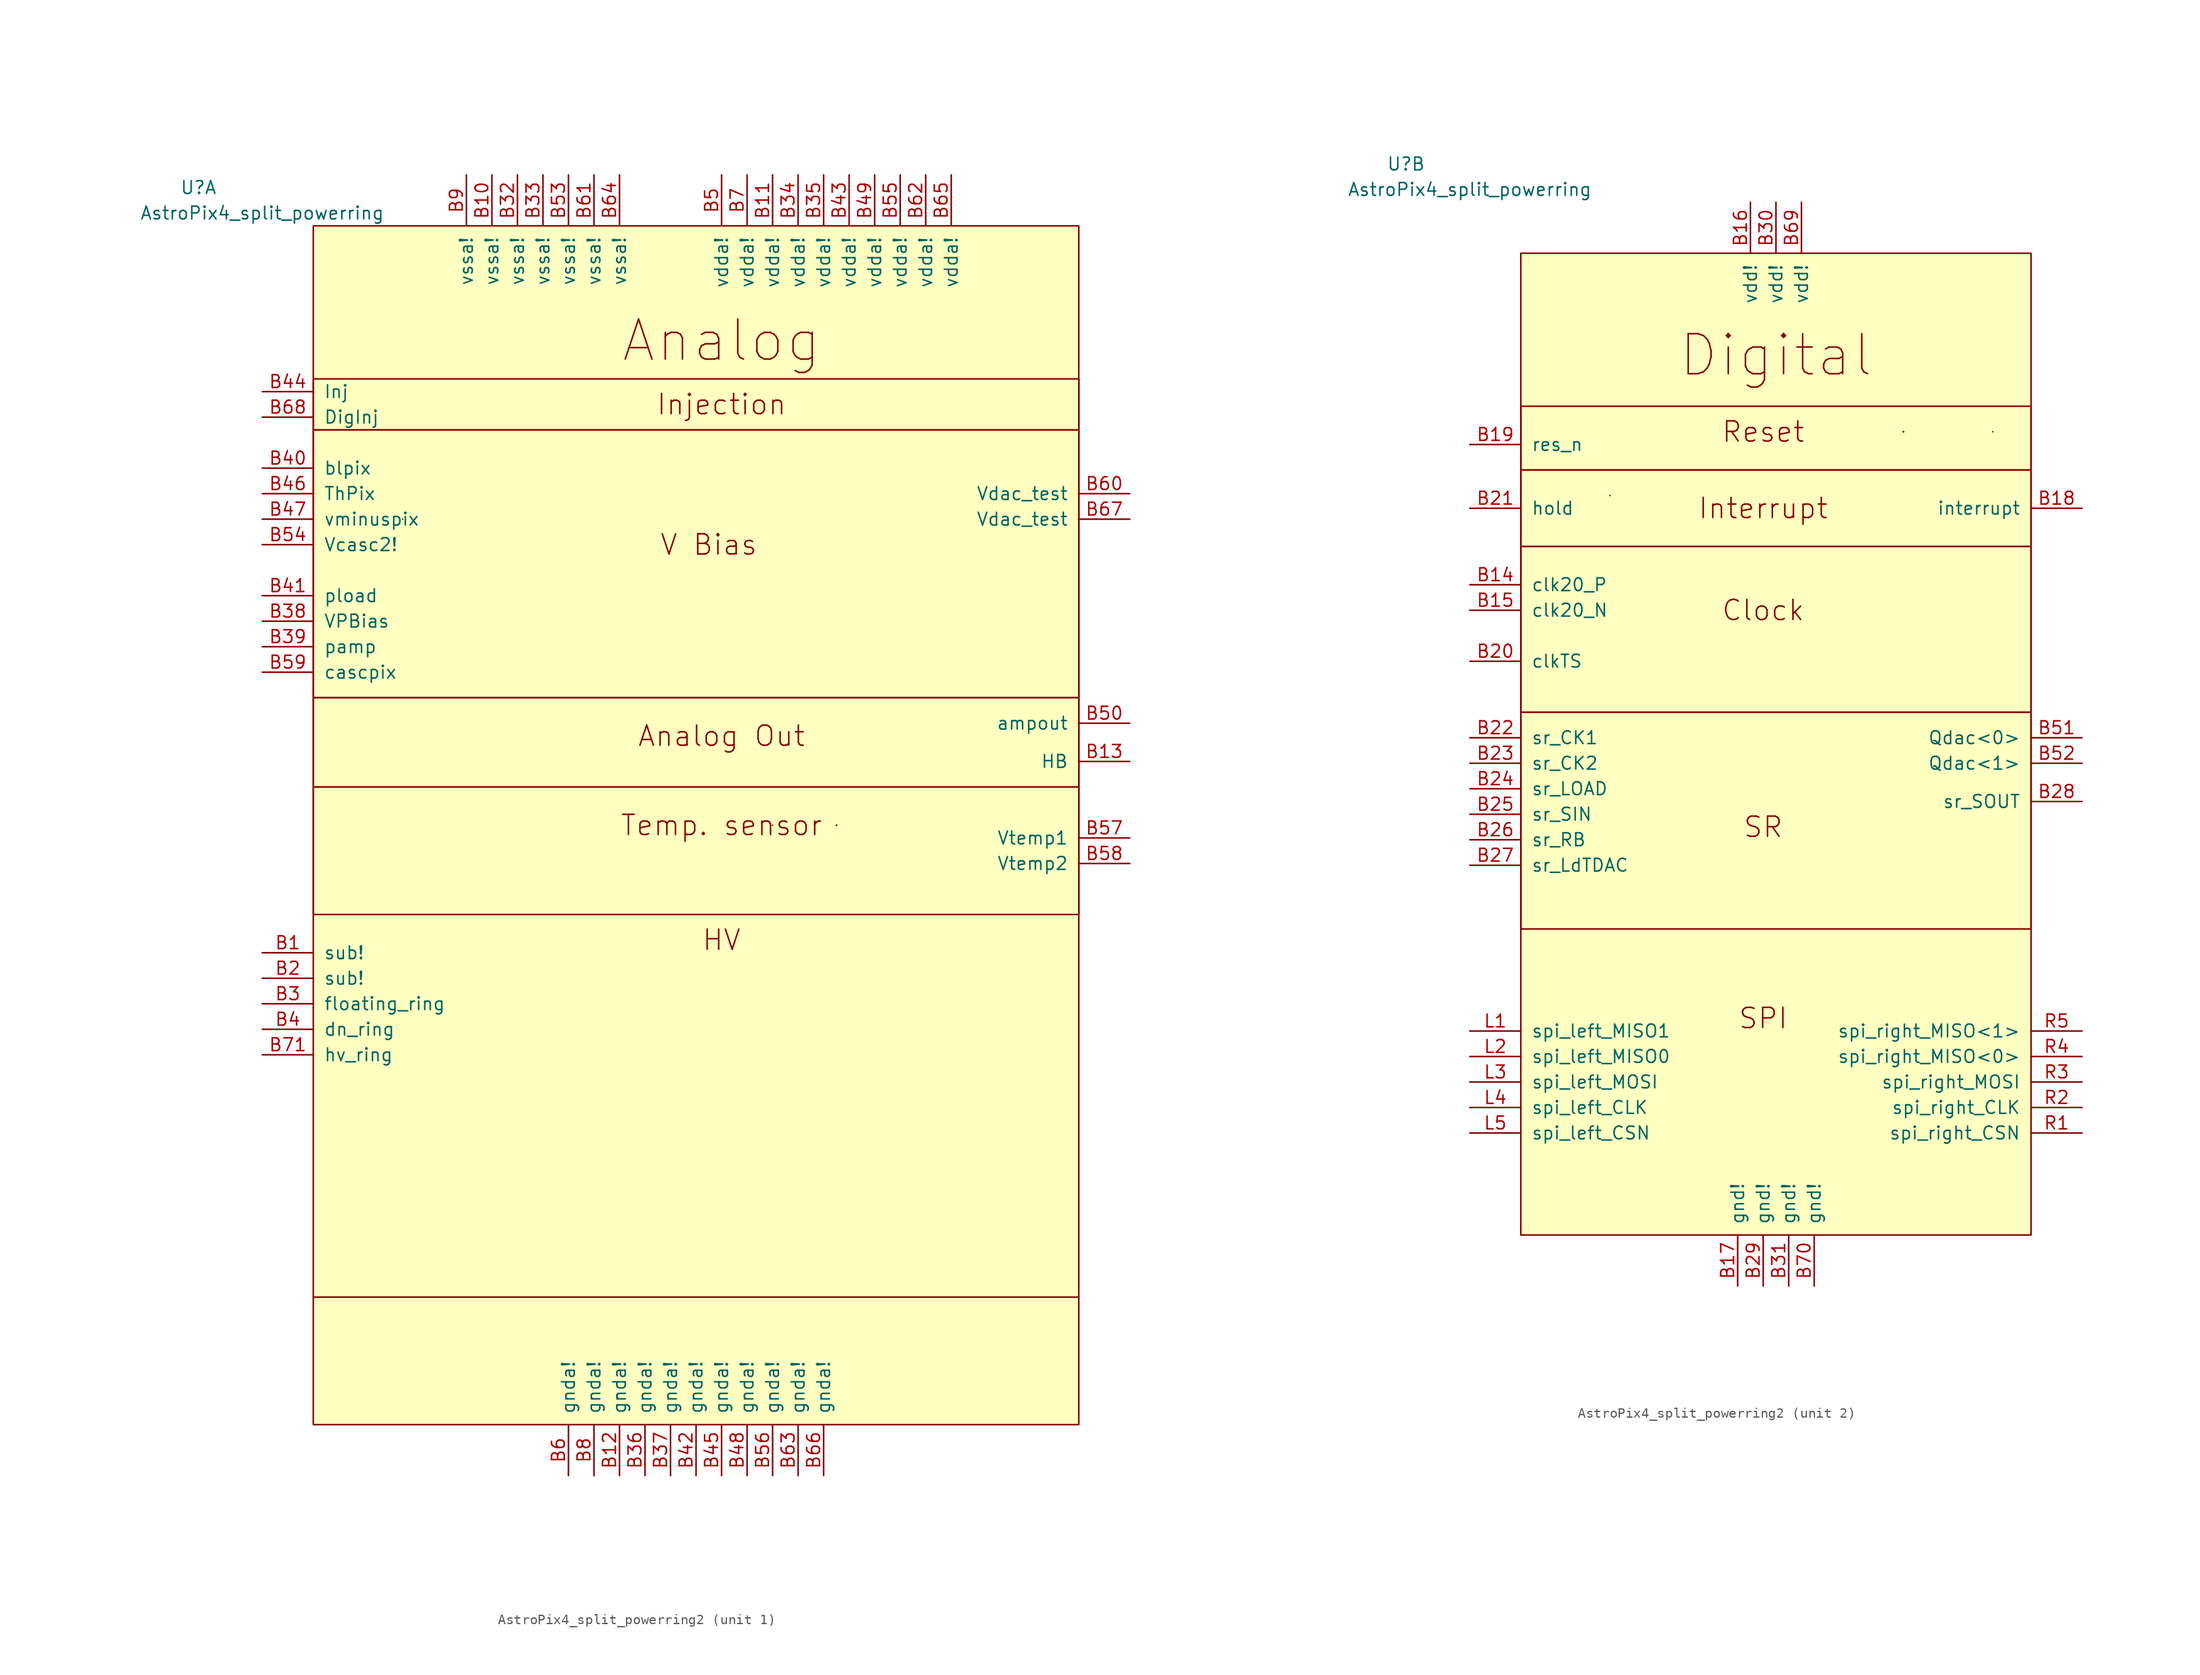
<source format=kicad_sym>
(kicad_symbol_lib
  (version 20220914)
  (generator kicad_symbol_editor)
  (symbol "AstroPix4_split_powerring2"
    (pin_names
      (offset 1.016))
    (property "Reference" "U"
      (at -36.83 40.64 0)
      (effects (font (size 1.27 1.27))))
    (property "Value" "AstroPix4_split_powerring"
      (at -30.48 38.1 0)
      (effects (font (size 1.27 1.27))))
    (property "ki_locked" ""
      (at 0 0 0)
      (effects (font (size 1.27 1.27))))
    (symbol "AstroPix4_split_powerring2_0_1"
      (polyline (pts (xy -16.51 7.62) (xy -16.51 7.62)) (stroke (width 0) (type default)) (fill (type none))))
    (symbol "AstroPix4_split_powerring2_1_0"
      (pin bidirectional line (at -30.48 -35.56 0) (length 5.08) (name "sub!" (effects (font (size 1.27 1.27)))) (number "B1" (effects (font (size 1.27 1.27)))))
      (pin power_in line (at -7.62 41.91 270) (length 5.08) (name "vssa!" (effects (font (size 1.27 1.27)))) (number "B10" (effects (font (size 1.27 1.27)))))
      (pin power_in line (at 20.32 41.91 270) (length 5.08) (name "vdda!" (effects (font (size 1.27 1.27)))) (number "B11" (effects (font (size 1.27 1.27)))))
      (pin power_in line (at 5.08 -87.63 90) (length 5.08) (name "gnda!" (effects (font (size 1.27 1.27)))) (number "B12" (effects (font (size 1.27 1.27)))))
      (pin open_emitter line (at 55.88 -16.51 180) (length 5.08) (name "HB" (effects (font (size 1.27 1.27)))) (number "B13" (effects (font (size 1.27 1.27)))))
      (pin bidirectional line (at -30.48 -38.1 0) (length 5.08) (name "sub!" (effects (font (size 1.27 1.27)))) (number "B2" (effects (font (size 1.27 1.27)))))
      (pin bidirectional line (at -30.48 -40.64 0) (length 5.08) (name "floating_ring" (effects (font (size 1.27 1.27)))) (number "B3" (effects (font (size 1.27 1.27)))))
      (pin power_in line (at -5.08 41.91 270) (length 5.08) (name "vssa!" (effects (font (size 1.27 1.27)))) (number "B32" (effects (font (size 1.27 1.27)))))
      (pin power_in line (at -2.54 41.91 270) (length 5.08) (name "vssa!" (effects (font (size 1.27 1.27)))) (number "B33" (effects (font (size 1.27 1.27)))))
      (pin power_in line (at 22.86 41.91 270) (length 5.08) (name "vdda!" (effects (font (size 1.27 1.27)))) (number "B34" (effects (font (size 1.27 1.27)))))
      (pin power_in line (at 25.4 41.91 270) (length 5.08) (name "vdda!" (effects (font (size 1.27 1.27)))) (number "B35" (effects (font (size 1.27 1.27)))))
      (pin power_in line (at 7.62 -87.63 90) (length 5.08) (name "gnda!" (effects (font (size 1.27 1.27)))) (number "B36" (effects (font (size 1.27 1.27)))))
      (pin power_in line (at 10.16 -87.63 90) (length 5.08) (name "gnda!" (effects (font (size 1.27 1.27)))) (number "B37" (effects (font (size 1.27 1.27)))))
      (pin bidirectional line (at -30.48 -2.54 0) (length 5.08) (name "VPBias" (effects (font (size 1.27 1.27)))) (number "B38" (effects (font (size 1.27 1.27)))))
      (pin bidirectional line (at -30.48 -5.08 0) (length 5.08) (name "pamp" (effects (font (size 1.27 1.27)))) (number "B39" (effects (font (size 1.27 1.27)))))
      (pin bidirectional line (at -30.48 -43.18 0) (length 5.08) (name "dn_ring" (effects (font (size 1.27 1.27)))) (number "B4" (effects (font (size 1.27 1.27)))))
      (pin bidirectional line (at -30.48 12.7 0) (length 5.08) (name "blpix" (effects (font (size 1.27 1.27)))) (number "B40" (effects (font (size 1.27 1.27)))))
      (pin bidirectional line (at -30.48 0 0) (length 5.08) (name "pload" (effects (font (size 1.27 1.27)))) (number "B41" (effects (font (size 1.27 1.27)))))
      (pin power_in line (at 12.7 -87.63 90) (length 5.08) (name "gnda!" (effects (font (size 1.27 1.27)))) (number "B42" (effects (font (size 1.27 1.27)))))
      (pin power_in line (at 27.94 41.91 270) (length 5.08) (name "vdda!" (effects (font (size 1.27 1.27)))) (number "B43" (effects (font (size 1.27 1.27)))))
      (pin bidirectional line (at -30.48 20.32 0) (length 5.08) (name "Inj" (effects (font (size 1.27 1.27)))) (number "B44" (effects (font (size 1.27 1.27)))))
      (pin power_in line (at 15.24 -87.63 90) (length 5.08) (name "gnda!" (effects (font (size 1.27 1.27)))) (number "B45" (effects (font (size 1.27 1.27)))))
      (pin bidirectional line (at -30.48 10.16 0) (length 5.08) (name "ThPix" (effects (font (size 1.27 1.27)))) (number "B46" (effects (font (size 1.27 1.27)))))
      (pin bidirectional line (at -30.48 7.62 0) (length 5.08) (name "vminuspix" (effects (font (size 1.27 1.27)))) (number "B47" (effects (font (size 1.27 1.27)))))
      (pin power_in line (at 17.78 -87.63 90) (length 5.08) (name "gnda!" (effects (font (size 1.27 1.27)))) (number "B48" (effects (font (size 1.27 1.27)))))
      (pin power_in line (at 30.48 41.91 270) (length 5.08) (name "vdda!" (effects (font (size 1.27 1.27)))) (number "B49" (effects (font (size 1.27 1.27)))))
      (pin power_in line (at 15.24 41.91 270) (length 5.08) (name "vdda!" (effects (font (size 1.27 1.27)))) (number "B5" (effects (font (size 1.27 1.27)))))
      (pin open_emitter line (at 55.88 -12.7 180) (length 5.08) (name "ampout" (effects (font (size 1.27 1.27)))) (number "B50" (effects (font (size 1.27 1.27)))))
      (pin power_in line (at 0 41.91 270) (length 5.08) (name "vssa!" (effects (font (size 1.27 1.27)))) (number "B53" (effects (font (size 1.27 1.27)))))
      (pin bidirectional line (at -30.48 5.08 0) (length 5.08) (name "Vcasc2!" (effects (font (size 1.27 1.27)))) (number "B54" (effects (font (size 1.27 1.27)))))
      (pin power_in line (at 33.02 41.91 270) (length 5.08) (name "vdda!" (effects (font (size 1.27 1.27)))) (number "B55" (effects (font (size 1.27 1.27)))))
      (pin power_in line (at 20.32 -87.63 90) (length 5.08) (name "gnda!" (effects (font (size 1.27 1.27)))) (number "B56" (effects (font (size 1.27 1.27)))))
      (pin output line (at 55.88 -24.13 180) (length 5.08) (name "Vtemp1" (effects (font (size 1.27 1.27)))) (number "B57" (effects (font (size 1.27 1.27)))))
      (pin output line (at 55.88 -26.67 180) (length 5.08) (name "Vtemp2" (effects (font (size 1.27 1.27)))) (number "B58" (effects (font (size 1.27 1.27)))))
      (pin bidirectional line (at -30.48 -7.62 0) (length 5.08) (name "cascpix" (effects (font (size 1.27 1.27)))) (number "B59" (effects (font (size 1.27 1.27)))))
      (pin power_in line (at 0 -87.63 90) (length 5.08) (name "gnda!" (effects (font (size 1.27 1.27)))) (number "B6" (effects (font (size 1.27 1.27)))))
      (pin output line (at 55.88 10.16 180) (length 5.08) (name "Vdac_test" (effects (font (size 1.27 1.27)))) (number "B60" (effects (font (size 1.27 1.27)))))
      (pin power_in line (at 2.54 41.91 270) (length 5.08) (name "vssa!" (effects (font (size 1.27 1.27)))) (number "B61" (effects (font (size 1.27 1.27)))))
      (pin power_in line (at 35.56 41.91 270) (length 5.08) (name "vdda!" (effects (font (size 1.27 1.27)))) (number "B62" (effects (font (size 1.27 1.27)))))
      (pin power_in line (at 22.86 -87.63 90) (length 5.08) (name "gnda!" (effects (font (size 1.27 1.27)))) (number "B63" (effects (font (size 1.27 1.27)))))
      (pin power_in line (at 5.08 41.91 270) (length 5.08) (name "vssa!" (effects (font (size 1.27 1.27)))) (number "B64" (effects (font (size 1.27 1.27)))))
      (pin power_in line (at 38.1 41.91 270) (length 5.08) (name "vdda!" (effects (font (size 1.27 1.27)))) (number "B65" (effects (font (size 1.27 1.27)))))
      (pin power_in line (at 25.4 -87.63 90) (length 5.08) (name "gnda!" (effects (font (size 1.27 1.27)))) (number "B66" (effects (font (size 1.27 1.27)))))
      (pin output line (at 55.88 7.62 180) (length 5.08) (name "Vdac_test" (effects (font (size 1.27 1.27)))) (number "B67" (effects (font (size 1.27 1.27)))))
      (pin input line (at -30.48 17.78 0) (length 5.08) (name "DigInj" (effects (font (size 1.27 1.27)))) (number "B68" (effects (font (size 1.27 1.27)))))
      (pin power_in line (at 17.78 41.91 270) (length 5.08) (name "vdda!" (effects (font (size 1.27 1.27)))) (number "B7" (effects (font (size 1.27 1.27)))))
      (pin power_in line (at -30.48 -45.72 0) (length 5.08) (name "hv_ring" (effects (font (size 1.27 1.27)))) (number "B71" (effects (font (size 1.27 1.27)))))
      (pin power_in line (at 2.54 -87.63 90) (length 5.08) (name "gnda!" (effects (font (size 1.27 1.27)))) (number "B8" (effects (font (size 1.27 1.27)))))
      (pin power_in line (at -10.16 41.91 270) (length 5.08) (name "vssa!" (effects (font (size 1.27 1.27)))) (number "B9" (effects (font (size 1.27 1.27))))))
    (symbol "AstroPix4_split_powerring2_1_1"
      (rectangle (start -25.4 -19.05) (end 50.8 -31.75) (stroke (width 0) (type default)) (fill (type none)))
      (rectangle (start -25.4 -10.16) (end 50.8 -19.05) (stroke (width 0) (type default)) (fill (type none)))
      (rectangle (start -25.4 16.51) (end 50.8 -10.16) (stroke (width 0) (type default)) (fill (type none)))
      (rectangle (start -25.4 21.59) (end 50.8 16.51) (stroke (width 0) (type default)) (fill (type none)))
      (rectangle (start -25.4 36.83) (end 50.8 -82.55) (stroke (width 0) (type default)) (fill (type background)))
      (polyline (pts (xy -25.4 -69.85) (xy 50.8 -69.85)) (stroke (width 0) (type default)) (fill (type none)))
      (polyline (pts (xy 20.32 -22.86) (xy 20.32 -22.86)) (stroke (width 0) (type default)) (fill (type none)))
      (polyline (pts (xy 26.67 -22.86) (xy 26.67 -22.86)) (stroke (width 0) (type default)) (fill (type none)))
      (polyline (pts (xy 26.67 -22.86) (xy 26.67 -22.86)) (stroke (width 0) (type default)) (fill (type none)))
      (polyline (pts (xy 26.67 -22.86) (xy 26.67 -22.86)) (stroke (width 0) (type default)) (fill (type none)))
      (polyline (pts (xy 26.67 -22.86) (xy 26.67 -22.86)) (stroke (width 0) (type default)) (fill (type none)))
      (polyline (pts (xy 26.67 -22.86) (xy 26.67 -22.86)) (stroke (width 0) (type default)) (fill (type none)))
      (text "Analog" (at 15.24 25.4 0) (effects (font (size 3.988 3.988))))
      (text "Analog Out" (at 15.24 -13.97 0) (effects (font (size 2.007 2.007))))
      (text "HV" (at 15.24 -34.29 0) (effects (font (size 2.007 2.007))))
      (text "Injection" (at 15.24 19.05 0) (effects (font (size 2.007 2.007))))
      (text "Temp. sensor" (at 15.24 -22.86 0) (effects (font (size 2.007 2.007))))
      (text "V Bias" (at 13.97 5.08 0) (effects (font (size 2.007 2.007)))))
    (symbol "AstroPix4_split_powerring2_2_0"
      (pin input line (at -30.48 -1.27 0) (length 5.08) (name "clk20_P" (effects (font (size 1.27 1.27)))) (number "B14" (effects (font (size 1.27 1.27)))))
      (pin input line (at -30.48 -3.81 0) (length 5.08) (name "clk20_N" (effects (font (size 1.27 1.27)))) (number "B15" (effects (font (size 1.27 1.27)))))
      (pin power_in line (at -2.54 36.83 270) (length 5.08) (name "vdd!" (effects (font (size 1.27 1.27)))) (number "B16" (effects (font (size 1.27 1.27)))))
      (pin power_in line (at -3.81 -71.12 90) (length 5.08) (name "gnd!" (effects (font (size 1.27 1.27)))) (number "B17" (effects (font (size 1.27 1.27)))))
      (pin tri_state line (at 30.48 6.35 180) (length 5.08) (name "interrupt" (effects (font (size 1.27 1.27)))) (number "B18" (effects (font (size 1.27 1.27)))))
      (pin input line (at -30.48 12.7 0) (length 5.08) (name "res_n" (effects (font (size 1.27 1.27)))) (number "B19" (effects (font (size 1.27 1.27)))))
      (pin input line (at -30.48 -8.89 0) (length 5.08) (name "clkTS" (effects (font (size 1.27 1.27)))) (number "B20" (effects (font (size 1.27 1.27)))))
      (pin input line (at -30.48 6.35 0) (length 5.08) (name "hold" (effects (font (size 1.27 1.27)))) (number "B21" (effects (font (size 1.27 1.27)))))
      (pin input line (at -30.48 -16.51 0) (length 5.08) (name "sr_CK1" (effects (font (size 1.27 1.27)))) (number "B22" (effects (font (size 1.27 1.27)))))
      (pin input line (at -30.48 -19.05 0) (length 5.08) (name "sr_CK2" (effects (font (size 1.27 1.27)))) (number "B23" (effects (font (size 1.27 1.27)))))
      (pin input line (at -30.48 -21.59 0) (length 5.08) (name "sr_LOAD" (effects (font (size 1.27 1.27)))) (number "B24" (effects (font (size 1.27 1.27)))))
      (pin input line (at -30.48 -24.13 0) (length 5.08) (name "sr_SIN" (effects (font (size 1.27 1.27)))) (number "B25" (effects (font (size 1.27 1.27)))))
      (pin input line (at -30.48 -26.67 0) (length 5.08) (name "sr_RB" (effects (font (size 1.27 1.27)))) (number "B26" (effects (font (size 1.27 1.27)))))
      (pin input line (at -30.48 -29.21 0) (length 5.08) (name "sr_LdTDAC" (effects (font (size 1.27 1.27)))) (number "B27" (effects (font (size 1.27 1.27)))))
      (pin output line (at 30.48 -22.86 180) (length 5.08) (name "sr_SOUT" (effects (font (size 1.27 1.27)))) (number "B28" (effects (font (size 1.27 1.27)))))
      (pin power_in line (at -1.27 -71.12 90) (length 5.08) (name "gnd!" (effects (font (size 1.27 1.27)))) (number "B29" (effects (font (size 1.27 1.27)))))
      (pin power_in line (at 0 36.83 270) (length 5.08) (name "vdd!" (effects (font (size 1.27 1.27)))) (number "B30" (effects (font (size 1.27 1.27)))))
      (pin power_in line (at 1.27 -71.12 90) (length 5.08) (name "gnd!" (effects (font (size 1.27 1.27)))) (number "B31" (effects (font (size 1.27 1.27)))))
      (pin output line (at 30.48 -16.51 180) (length 5.08) (name "Qdac<0>" (effects (font (size 1.27 1.27)))) (number "B51" (effects (font (size 1.27 1.27)))))
      (pin output line (at 30.48 -19.05 180) (length 5.08) (name "Qdac<1>" (effects (font (size 1.27 1.27)))) (number "B52" (effects (font (size 1.27 1.27)))))
      (pin power_in line (at 2.54 36.83 270) (length 5.08) (name "vdd!" (effects (font (size 1.27 1.27)))) (number "B69" (effects (font (size 1.27 1.27)))))
      (pin power_in line (at 3.81 -71.12 90) (length 5.08) (name "gnd!" (effects (font (size 1.27 1.27)))) (number "B70" (effects (font (size 1.27 1.27)))))
      (pin output line (at -30.48 -45.72 0) (length 5.08) (name "spi_left_MISO1" (effects (font (size 1.27 1.27)))) (number "L1" (effects (font (size 1.27 1.27)))))
      (pin output line (at -30.48 -48.26 0) (length 5.08) (name "spi_left_MISO0" (effects (font (size 1.27 1.27)))) (number "L2" (effects (font (size 1.27 1.27)))))
      (pin input line (at -30.48 -50.8 0) (length 5.08) (name "spi_left_MOSI" (effects (font (size 1.27 1.27)))) (number "L3" (effects (font (size 1.27 1.27)))))
      (pin input line (at -30.48 -53.34 0) (length 5.08) (name "spi_left_CLK" (effects (font (size 1.27 1.27)))) (number "L4" (effects (font (size 1.27 1.27)))))
      (pin input line (at -30.48 -55.88 0) (length 5.08) (name "spi_left_CSN" (effects (font (size 1.27 1.27)))) (number "L5" (effects (font (size 1.27 1.27)))))
      (pin output line (at 30.48 -55.88 180) (length 5.08) (name "spi_right_CSN" (effects (font (size 1.27 1.27)))) (number "R1" (effects (font (size 1.27 1.27)))))
      (pin output line (at 30.48 -53.34 180) (length 5.08) (name "spi_right_CLK" (effects (font (size 1.27 1.27)))) (number "R2" (effects (font (size 1.27 1.27)))))
      (pin output line (at 30.48 -50.8 180) (length 5.08) (name "spi_right_MOSI" (effects (font (size 1.27 1.27)))) (number "R3" (effects (font (size 1.27 1.27)))))
      (pin input line (at 30.48 -48.26 180) (length 5.08) (name "spi_right_MISO<0>" (effects (font (size 1.27 1.27)))) (number "R4" (effects (font (size 1.27 1.27)))))
      (pin input line (at 30.48 -45.72 180) (length 5.08) (name "spi_right_MISO<1>" (effects (font (size 1.27 1.27)))) (number "R5" (effects (font (size 1.27 1.27))))))
    (symbol "AstroPix4_split_powerring2_2_1"
      (rectangle (start -25.4 -13.97) (end 25.4 -35.56) (stroke (width 0) (type default)) (fill (type none)))
      (rectangle (start -25.4 2.54) (end 25.4 -13.97) (stroke (width 0) (type default)) (fill (type none)))
      (rectangle (start -25.4 2.54) (end 25.4 10.16) (stroke (width 0) (type default)) (fill (type none)))
      (rectangle (start -25.4 16.51) (end 25.4 10.16) (stroke (width 0) (type default)) (fill (type none)))
      (rectangle (start -25.4 31.75) (end 25.4 -66.04) (stroke (width 0) (type default)) (fill (type background)))
      (polyline (pts (xy 12.7 13.97) (xy 12.7 13.97)) (stroke (width 0) (type default)) (fill (type none)))
      (polyline (pts (xy 12.7 13.97) (xy 12.7 13.97)) (stroke (width 0) (type default)) (fill (type none)))
      (polyline (pts (xy 12.7 13.97) (xy 12.7 13.97)) (stroke (width 0) (type default)) (fill (type none)))
      (polyline (pts (xy 12.7 13.97) (xy 12.7 13.97)) (stroke (width 0) (type default)) (fill (type none)))
      (polyline (pts (xy 12.7 13.97) (xy 12.7 13.97)) (stroke (width 0) (type default)) (fill (type none)))
      (polyline (pts (xy 21.59 13.97) (xy 21.59 13.97)) (stroke (width 0) (type default)) (fill (type none)))
      (text "Clock" (at -1.27 -3.81 0) (effects (font (size 2.007 2.007))))
      (text "Digital" (at 0 21.59 0) (effects (font (size 3.988 3.988))))
      (text "Interrupt" (at -1.27 6.35 0) (effects (font (size 2.007 2.007))))
      (text "Reset" (at -1.27 13.97 0) (effects (font (size 2.007 2.007))))
      (text "SPI" (at -1.27 -44.45 0) (effects (font (size 2.007 2.007))))
      (text "SR" (at -1.27 -25.4 0) (effects (font (size 2.007 2.007)))))))
</source>
